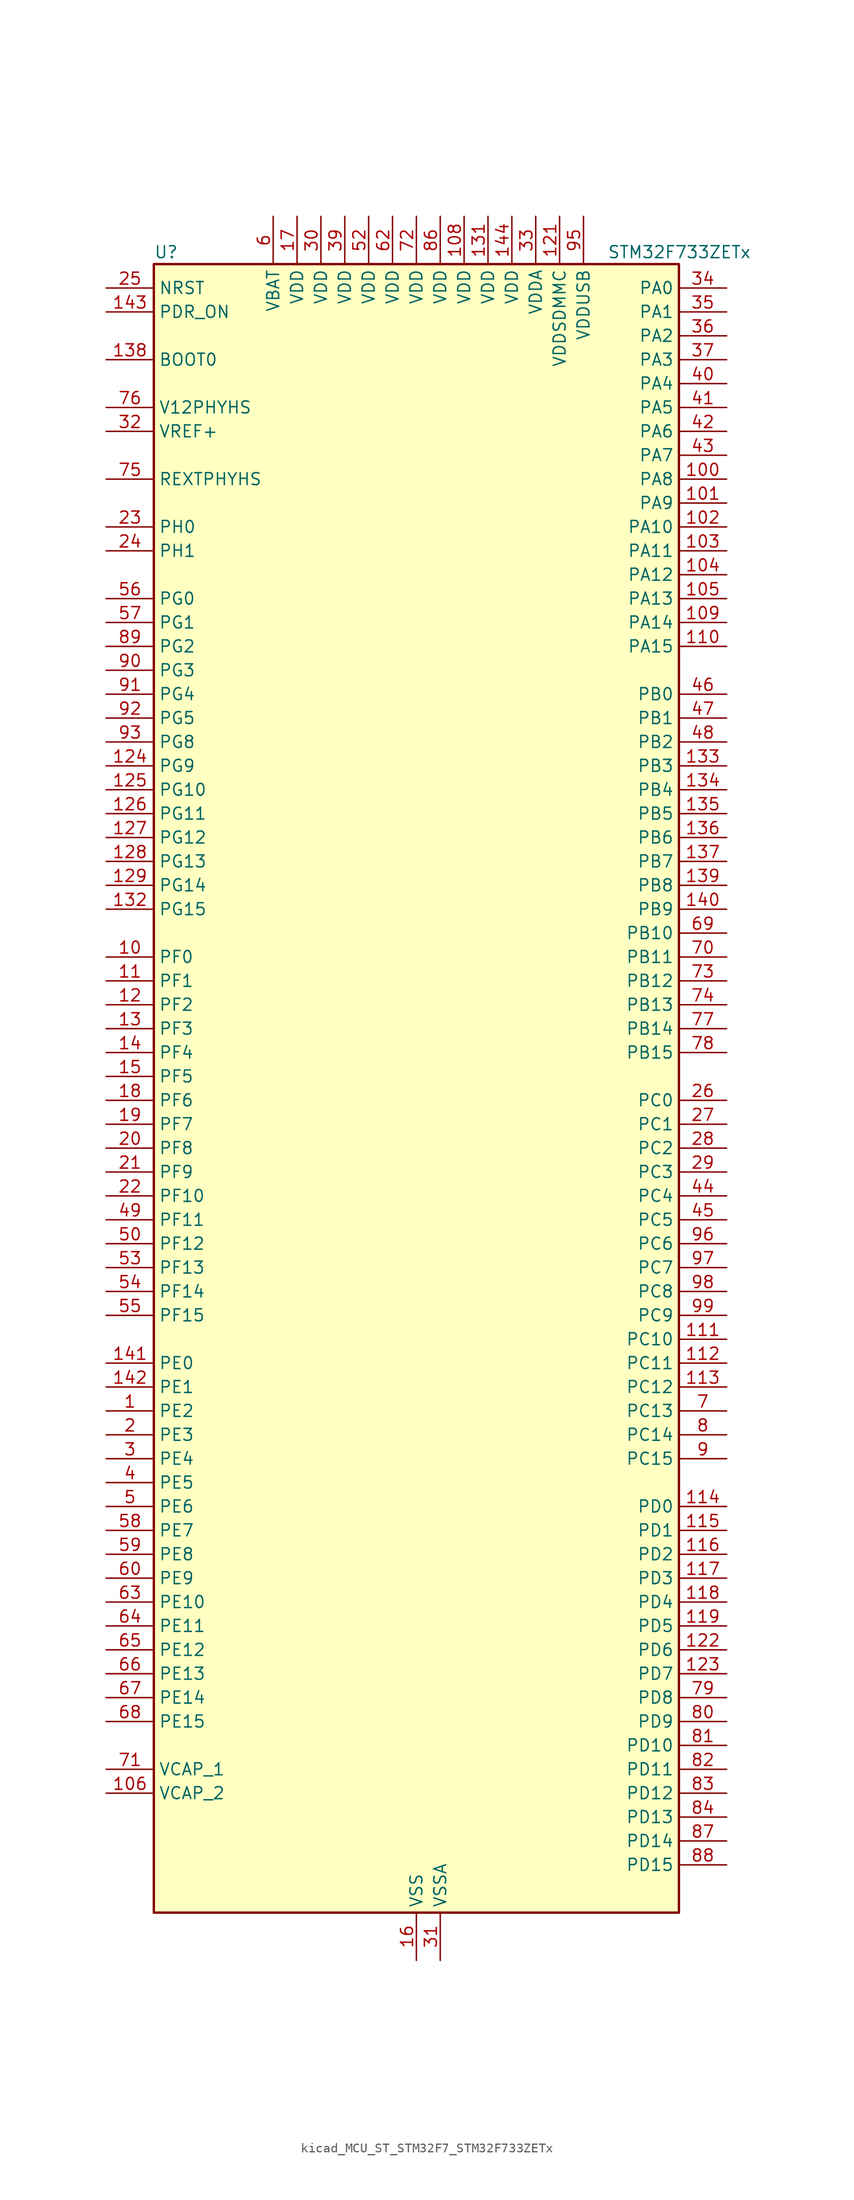
<source format=kicad_sym>
(kicad_symbol_lib
  (version 20220914)
  (generator kicad_symbol_editor)
  (symbol "kicad_MCU_ST_STM32F7_STM32F733ZETx"
    (property "Reference" "U"
      (at -27.94 90.17 0)
      (effects (font (size 1.27 1.27)) (justify left)))
    (property "Value" "STM32F733ZETx"
      (at 20.32 90.17 0)
      (effects (font (size 1.27 1.27)) (justify left)))
    (property "ki_locked" ""
      (at 0 0 0)
      (effects (font (size 1.27 1.27))))
    (symbol "kicad_MCU_ST_STM32F7_STM32F733ZETx_0_1"
      (rectangle (start -27.94 -86.36) (end 27.94 88.9) (stroke (width 0.254) (type default)) (fill (type background))))
    (symbol "kicad_MCU_ST_STM32F7_STM32F733ZETx_1_1"
      (pin bidirectional line (at -33.02 -33.02 0) (length 5.08) (name "PE2" (effects (font (size 1.27 1.27)))) (number "1" (effects (font (size 1.27 1.27)))) (alternate "FMC_A23" bidirectional line) (alternate "QUADSPI_BK1_IO2" bidirectional line) (alternate "SAI1_MCLK_A" bidirectional line) (alternate "SPI4_SCK" bidirectional line) (alternate "SYS_TRACECLK" bidirectional line))
      (pin bidirectional line (at -33.02 15.24 0) (length 5.08) (name "PF0" (effects (font (size 1.27 1.27)))) (number "10" (effects (font (size 1.27 1.27)))) (alternate "FMC_A0" bidirectional line) (alternate "I2C2_SDA" bidirectional line))
      (pin bidirectional line (at 33.02 66.04 180) (length 5.08) (name "PA8" (effects (font (size 1.27 1.27)))) (number "100" (effects (font (size 1.27 1.27)))) (alternate "I2C3_SCL" bidirectional line) (alternate "RCC_MCO_1" bidirectional line) (alternate "TIM1_CH1" bidirectional line) (alternate "TIM8_BKIN2" bidirectional line) (alternate "USART1_CK" bidirectional line) (alternate "USB_OTG_FS_SOF" bidirectional line))
      (pin bidirectional line (at 33.02 63.5 180) (length 5.08) (name "PA9" (effects (font (size 1.27 1.27)))) (number "101" (effects (font (size 1.27 1.27)))) (alternate "DAC_EXTI9" bidirectional line) (alternate "I2C3_SMBA" bidirectional line) (alternate "I2S2_CK" bidirectional line) (alternate "SPI2_SCK" bidirectional line) (alternate "TIM1_CH2" bidirectional line) (alternate "USART1_TX" bidirectional line) (alternate "USB_OTG_FS_VBUS" bidirectional line))
      (pin bidirectional line (at 33.02 60.96 180) (length 5.08) (name "PA10" (effects (font (size 1.27 1.27)))) (number "102" (effects (font (size 1.27 1.27)))) (alternate "TIM1_CH3" bidirectional line) (alternate "USART1_RX" bidirectional line) (alternate "USB_OTG_FS_ID" bidirectional line))
      (pin bidirectional line (at 33.02 58.42 180) (length 5.08) (name "PA11" (effects (font (size 1.27 1.27)))) (number "103" (effects (font (size 1.27 1.27)))) (alternate "ADC1_EXTI11" bidirectional line) (alternate "ADC2_EXTI11" bidirectional line) (alternate "ADC3_EXTI11" bidirectional line) (alternate "CAN1_RX" bidirectional line) (alternate "TIM1_CH4" bidirectional line) (alternate "USART1_CTS" bidirectional line) (alternate "USB_OTG_FS_DM" bidirectional line))
      (pin bidirectional line (at 33.02 55.88 180) (length 5.08) (name "PA12" (effects (font (size 1.27 1.27)))) (number "104" (effects (font (size 1.27 1.27)))) (alternate "CAN1_TX" bidirectional line) (alternate "SAI2_FS_B" bidirectional line) (alternate "TIM1_ETR" bidirectional line) (alternate "USART1_DE" bidirectional line) (alternate "USART1_RTS" bidirectional line) (alternate "USB_OTG_FS_DP" bidirectional line))
      (pin bidirectional line (at 33.02 53.34 180) (length 5.08) (name "PA13" (effects (font (size 1.27 1.27)))) (number "105" (effects (font (size 1.27 1.27)))) (alternate "SYS_JTMS-SWDIO" bidirectional line))
      (pin power_out line (at -33.02 -73.66 0) (length 5.08) (name "VCAP_2" (effects (font (size 1.27 1.27)))) (number "106" (effects (font (size 1.27 1.27)))))
      (pin passive line (at 0 -91.44 90) (length 5.08) hide (name "VSS" (effects (font (size 1.27 1.27)))) (number "107" (effects (font (size 1.27 1.27)))))
      (pin power_in line (at 5.08 93.98 270) (length 5.08) (name "VDD" (effects (font (size 1.27 1.27)))) (number "108" (effects (font (size 1.27 1.27)))))
      (pin bidirectional line (at 33.02 50.8 180) (length 5.08) (name "PA14" (effects (font (size 1.27 1.27)))) (number "109" (effects (font (size 1.27 1.27)))) (alternate "SYS_JTCK-SWCLK" bidirectional line))
      (pin bidirectional line (at -33.02 12.7 0) (length 5.08) (name "PF1" (effects (font (size 1.27 1.27)))) (number "11" (effects (font (size 1.27 1.27)))) (alternate "FMC_A1" bidirectional line) (alternate "I2C2_SCL" bidirectional line))
      (pin bidirectional line (at 33.02 48.26 180) (length 5.08) (name "PA15" (effects (font (size 1.27 1.27)))) (number "110" (effects (font (size 1.27 1.27)))) (alternate "I2S1_WS" bidirectional line) (alternate "I2S3_WS" bidirectional line) (alternate "SPI1_NSS" bidirectional line) (alternate "SPI3_NSS" bidirectional line) (alternate "SYS_JTDI" bidirectional line) (alternate "TIM2_CH1" bidirectional line) (alternate "TIM2_ETR" bidirectional line) (alternate "UART4_DE" bidirectional line) (alternate "UART4_RTS" bidirectional line))
      (pin bidirectional line (at 33.02 -25.4 180) (length 5.08) (name "PC10" (effects (font (size 1.27 1.27)))) (number "111" (effects (font (size 1.27 1.27)))) (alternate "I2S3_CK" bidirectional line) (alternate "QUADSPI_BK1_IO1" bidirectional line) (alternate "SDMMC1_D2" bidirectional line) (alternate "SPI3_SCK" bidirectional line) (alternate "UART4_TX" bidirectional line) (alternate "USART3_TX" bidirectional line))
      (pin bidirectional line (at 33.02 -27.94 180) (length 5.08) (name "PC11" (effects (font (size 1.27 1.27)))) (number "112" (effects (font (size 1.27 1.27)))) (alternate "ADC1_EXTI11" bidirectional line) (alternate "ADC2_EXTI11" bidirectional line) (alternate "ADC3_EXTI11" bidirectional line) (alternate "QUADSPI_BK2_NCS" bidirectional line) (alternate "SDMMC1_D3" bidirectional line) (alternate "SPI3_MISO" bidirectional line) (alternate "UART4_RX" bidirectional line) (alternate "USART3_RX" bidirectional line))
      (pin bidirectional line (at 33.02 -30.48 180) (length 5.08) (name "PC12" (effects (font (size 1.27 1.27)))) (number "113" (effects (font (size 1.27 1.27)))) (alternate "I2S3_SD" bidirectional line) (alternate "SDMMC1_CK" bidirectional line) (alternate "SPI3_MOSI" bidirectional line) (alternate "SYS_TRACED3" bidirectional line) (alternate "UART5_TX" bidirectional line) (alternate "USART3_CK" bidirectional line))
      (pin bidirectional line (at 33.02 -43.18 180) (length 5.08) (name "PD0" (effects (font (size 1.27 1.27)))) (number "114" (effects (font (size 1.27 1.27)))) (alternate "CAN1_RX" bidirectional line) (alternate "FMC_D2" bidirectional line) (alternate "FMC_DA2" bidirectional line))
      (pin bidirectional line (at 33.02 -45.72 180) (length 5.08) (name "PD1" (effects (font (size 1.27 1.27)))) (number "115" (effects (font (size 1.27 1.27)))) (alternate "CAN1_TX" bidirectional line) (alternate "FMC_D3" bidirectional line) (alternate "FMC_DA3" bidirectional line))
      (pin bidirectional line (at 33.02 -48.26 180) (length 5.08) (name "PD2" (effects (font (size 1.27 1.27)))) (number "116" (effects (font (size 1.27 1.27)))) (alternate "SDMMC1_CMD" bidirectional line) (alternate "SYS_TRACED2" bidirectional line) (alternate "TIM3_ETR" bidirectional line) (alternate "UART5_RX" bidirectional line))
      (pin bidirectional line (at 33.02 -50.8 180) (length 5.08) (name "PD3" (effects (font (size 1.27 1.27)))) (number "117" (effects (font (size 1.27 1.27)))) (alternate "FMC_CLK" bidirectional line) (alternate "I2S2_CK" bidirectional line) (alternate "SPI2_SCK" bidirectional line) (alternate "USART2_CTS" bidirectional line))
      (pin bidirectional line (at 33.02 -53.34 180) (length 5.08) (name "PD4" (effects (font (size 1.27 1.27)))) (number "118" (effects (font (size 1.27 1.27)))) (alternate "FMC_NOE" bidirectional line) (alternate "USART2_DE" bidirectional line) (alternate "USART2_RTS" bidirectional line))
      (pin bidirectional line (at 33.02 -55.88 180) (length 5.08) (name "PD5" (effects (font (size 1.27 1.27)))) (number "119" (effects (font (size 1.27 1.27)))) (alternate "FMC_NWE" bidirectional line) (alternate "USART2_TX" bidirectional line))
      (pin bidirectional line (at -33.02 10.16 0) (length 5.08) (name "PF2" (effects (font (size 1.27 1.27)))) (number "12" (effects (font (size 1.27 1.27)))) (alternate "FMC_A2" bidirectional line) (alternate "I2C2_SMBA" bidirectional line))
      (pin passive line (at 0 -91.44 90) (length 5.08) hide (name "VSS" (effects (font (size 1.27 1.27)))) (number "120" (effects (font (size 1.27 1.27)))))
      (pin power_in line (at 15.24 93.98 270) (length 5.08) (name "VDDSDMMC" (effects (font (size 1.27 1.27)))) (number "121" (effects (font (size 1.27 1.27)))))
      (pin bidirectional line (at 33.02 -58.42 180) (length 5.08) (name "PD6" (effects (font (size 1.27 1.27)))) (number "122" (effects (font (size 1.27 1.27)))) (alternate "FMC_NWAIT" bidirectional line) (alternate "I2S3_SD" bidirectional line) (alternate "SAI1_SD_A" bidirectional line) (alternate "SDMMC2_CK" bidirectional line) (alternate "SPI3_MOSI" bidirectional line) (alternate "USART2_RX" bidirectional line))
      (pin bidirectional line (at 33.02 -60.96 180) (length 5.08) (name "PD7" (effects (font (size 1.27 1.27)))) (number "123" (effects (font (size 1.27 1.27)))) (alternate "FMC_NE1" bidirectional line) (alternate "SDMMC2_CMD" bidirectional line) (alternate "USART2_CK" bidirectional line))
      (pin bidirectional line (at -33.02 35.56 0) (length 5.08) (name "PG9" (effects (font (size 1.27 1.27)))) (number "124" (effects (font (size 1.27 1.27)))) (alternate "DAC_EXTI9" bidirectional line) (alternate "FMC_NCE" bidirectional line) (alternate "FMC_NE2" bidirectional line) (alternate "QUADSPI_BK2_IO2" bidirectional line) (alternate "SAI2_FS_B" bidirectional line) (alternate "SDMMC2_D0" bidirectional line) (alternate "USART6_RX" bidirectional line))
      (pin bidirectional line (at -33.02 33.02 0) (length 5.08) (name "PG10" (effects (font (size 1.27 1.27)))) (number "125" (effects (font (size 1.27 1.27)))) (alternate "FMC_NE3" bidirectional line) (alternate "SAI2_SD_B" bidirectional line) (alternate "SDMMC2_D1" bidirectional line))
      (pin bidirectional line (at -33.02 30.48 0) (length 5.08) (name "PG11" (effects (font (size 1.27 1.27)))) (number "126" (effects (font (size 1.27 1.27)))) (alternate "ADC1_EXTI11" bidirectional line) (alternate "ADC2_EXTI11" bidirectional line) (alternate "ADC3_EXTI11" bidirectional line) (alternate "FMC_INT" bidirectional line) (alternate "SDMMC2_D2" bidirectional line))
      (pin bidirectional line (at -33.02 27.94 0) (length 5.08) (name "PG12" (effects (font (size 1.27 1.27)))) (number "127" (effects (font (size 1.27 1.27)))) (alternate "FMC_NE4" bidirectional line) (alternate "LPTIM1_IN1" bidirectional line) (alternate "SDMMC2_D3" bidirectional line) (alternate "USART6_DE" bidirectional line) (alternate "USART6_RTS" bidirectional line))
      (pin bidirectional line (at -33.02 25.4 0) (length 5.08) (name "PG13" (effects (font (size 1.27 1.27)))) (number "128" (effects (font (size 1.27 1.27)))) (alternate "FMC_A24" bidirectional line) (alternate "LPTIM1_OUT" bidirectional line) (alternate "SYS_TRACED0" bidirectional line) (alternate "USART6_CTS" bidirectional line))
      (pin bidirectional line (at -33.02 22.86 0) (length 5.08) (name "PG14" (effects (font (size 1.27 1.27)))) (number "129" (effects (font (size 1.27 1.27)))) (alternate "FMC_A25" bidirectional line) (alternate "LPTIM1_ETR" bidirectional line) (alternate "QUADSPI_BK2_IO3" bidirectional line) (alternate "SYS_TRACED1" bidirectional line) (alternate "USART6_TX" bidirectional line))
      (pin bidirectional line (at -33.02 7.62 0) (length 5.08) (name "PF3" (effects (font (size 1.27 1.27)))) (number "13" (effects (font (size 1.27 1.27)))) (alternate "ADC3_IN9" bidirectional line) (alternate "FMC_A3" bidirectional line))
      (pin passive line (at 0 -91.44 90) (length 5.08) hide (name "VSS" (effects (font (size 1.27 1.27)))) (number "130" (effects (font (size 1.27 1.27)))))
      (pin power_in line (at 7.62 93.98 270) (length 5.08) (name "VDD" (effects (font (size 1.27 1.27)))) (number "131" (effects (font (size 1.27 1.27)))))
      (pin bidirectional line (at -33.02 20.32 0) (length 5.08) (name "PG15" (effects (font (size 1.27 1.27)))) (number "132" (effects (font (size 1.27 1.27)))) (alternate "FMC_SDNCAS" bidirectional line) (alternate "USART6_CTS" bidirectional line))
      (pin bidirectional line (at 33.02 35.56 180) (length 5.08) (name "PB3" (effects (font (size 1.27 1.27)))) (number "133" (effects (font (size 1.27 1.27)))) (alternate "I2S1_CK" bidirectional line) (alternate "I2S3_CK" bidirectional line) (alternate "SDMMC2_D2" bidirectional line) (alternate "SPI1_SCK" bidirectional line) (alternate "SPI3_SCK" bidirectional line) (alternate "SYS_JTDO-SWO" bidirectional line) (alternate "TIM2_CH2" bidirectional line))
      (pin bidirectional line (at 33.02 33.02 180) (length 5.08) (name "PB4" (effects (font (size 1.27 1.27)))) (number "134" (effects (font (size 1.27 1.27)))) (alternate "I2S2_WS" bidirectional line) (alternate "SDMMC2_D3" bidirectional line) (alternate "SPI1_MISO" bidirectional line) (alternate "SPI2_NSS" bidirectional line) (alternate "SPI3_MISO" bidirectional line) (alternate "SYS_JTRST" bidirectional line) (alternate "TIM3_CH1" bidirectional line))
      (pin bidirectional line (at 33.02 30.48 180) (length 5.08) (name "PB5" (effects (font (size 1.27 1.27)))) (number "135" (effects (font (size 1.27 1.27)))) (alternate "FMC_SDCKE1" bidirectional line) (alternate "I2C1_SMBA" bidirectional line) (alternate "I2S1_SD" bidirectional line) (alternate "I2S3_SD" bidirectional line) (alternate "SPI1_MOSI" bidirectional line) (alternate "SPI3_MOSI" bidirectional line) (alternate "TIM3_CH2" bidirectional line))
      (pin bidirectional line (at 33.02 27.94 180) (length 5.08) (name "PB6" (effects (font (size 1.27 1.27)))) (number "136" (effects (font (size 1.27 1.27)))) (alternate "FMC_SDNE1" bidirectional line) (alternate "I2C1_SCL" bidirectional line) (alternate "QUADSPI_BK1_NCS" bidirectional line) (alternate "TIM4_CH1" bidirectional line) (alternate "USART1_TX" bidirectional line))
      (pin bidirectional line (at 33.02 25.4 180) (length 5.08) (name "PB7" (effects (font (size 1.27 1.27)))) (number "137" (effects (font (size 1.27 1.27)))) (alternate "FMC_NL" bidirectional line) (alternate "I2C1_SDA" bidirectional line) (alternate "TIM4_CH2" bidirectional line) (alternate "USART1_RX" bidirectional line))
      (pin input line (at -33.02 78.74 0) (length 5.08) (name "BOOT0" (effects (font (size 1.27 1.27)))) (number "138" (effects (font (size 1.27 1.27)))))
      (pin bidirectional line (at 33.02 22.86 180) (length 5.08) (name "PB8" (effects (font (size 1.27 1.27)))) (number "139" (effects (font (size 1.27 1.27)))) (alternate "CAN1_RX" bidirectional line) (alternate "I2C1_SCL" bidirectional line) (alternate "SDMMC1_D4" bidirectional line) (alternate "SDMMC2_D4" bidirectional line) (alternate "TIM10_CH1" bidirectional line) (alternate "TIM4_CH3" bidirectional line))
      (pin bidirectional line (at -33.02 5.08 0) (length 5.08) (name "PF4" (effects (font (size 1.27 1.27)))) (number "14" (effects (font (size 1.27 1.27)))) (alternate "ADC3_IN14" bidirectional line) (alternate "FMC_A4" bidirectional line))
      (pin bidirectional line (at 33.02 20.32 180) (length 5.08) (name "PB9" (effects (font (size 1.27 1.27)))) (number "140" (effects (font (size 1.27 1.27)))) (alternate "CAN1_TX" bidirectional line) (alternate "DAC_EXTI9" bidirectional line) (alternate "I2C1_SDA" bidirectional line) (alternate "I2S2_WS" bidirectional line) (alternate "SDMMC1_D5" bidirectional line) (alternate "SDMMC2_D5" bidirectional line) (alternate "SPI2_NSS" bidirectional line) (alternate "TIM11_CH1" bidirectional line) (alternate "TIM4_CH4" bidirectional line))
      (pin bidirectional line (at -33.02 -27.94 0) (length 5.08) (name "PE0" (effects (font (size 1.27 1.27)))) (number "141" (effects (font (size 1.27 1.27)))) (alternate "FMC_NBL0" bidirectional line) (alternate "LPTIM1_ETR" bidirectional line) (alternate "SAI2_MCLK_A" bidirectional line) (alternate "TIM4_ETR" bidirectional line) (alternate "UART8_RX" bidirectional line))
      (pin bidirectional line (at -33.02 -30.48 0) (length 5.08) (name "PE1" (effects (font (size 1.27 1.27)))) (number "142" (effects (font (size 1.27 1.27)))) (alternate "FMC_NBL1" bidirectional line) (alternate "LPTIM1_IN2" bidirectional line) (alternate "UART8_TX" bidirectional line))
      (pin input line (at -33.02 83.82 0) (length 5.08) (name "PDR_ON" (effects (font (size 1.27 1.27)))) (number "143" (effects (font (size 1.27 1.27)))))
      (pin power_in line (at 10.16 93.98 270) (length 5.08) (name "VDD" (effects (font (size 1.27 1.27)))) (number "144" (effects (font (size 1.27 1.27)))))
      (pin bidirectional line (at -33.02 2.54 0) (length 5.08) (name "PF5" (effects (font (size 1.27 1.27)))) (number "15" (effects (font (size 1.27 1.27)))) (alternate "ADC3_IN15" bidirectional line) (alternate "FMC_A5" bidirectional line))
      (pin power_in line (at 0 -91.44 90) (length 5.08) (name "VSS" (effects (font (size 1.27 1.27)))) (number "16" (effects (font (size 1.27 1.27)))))
      (pin power_in line (at -12.7 93.98 270) (length 5.08) (name "VDD" (effects (font (size 1.27 1.27)))) (number "17" (effects (font (size 1.27 1.27)))))
      (pin bidirectional line (at -33.02 0 0) (length 5.08) (name "PF6" (effects (font (size 1.27 1.27)))) (number "18" (effects (font (size 1.27 1.27)))) (alternate "ADC3_IN4" bidirectional line) (alternate "QUADSPI_BK1_IO3" bidirectional line) (alternate "SAI1_SD_B" bidirectional line) (alternate "SPI5_NSS" bidirectional line) (alternate "TIM10_CH1" bidirectional line) (alternate "UART7_RX" bidirectional line))
      (pin bidirectional line (at -33.02 -2.54 0) (length 5.08) (name "PF7" (effects (font (size 1.27 1.27)))) (number "19" (effects (font (size 1.27 1.27)))) (alternate "ADC3_IN5" bidirectional line) (alternate "QUADSPI_BK1_IO2" bidirectional line) (alternate "SAI1_MCLK_B" bidirectional line) (alternate "SPI5_SCK" bidirectional line) (alternate "TIM11_CH1" bidirectional line) (alternate "UART7_TX" bidirectional line))
      (pin bidirectional line (at -33.02 -35.56 0) (length 5.08) (name "PE3" (effects (font (size 1.27 1.27)))) (number "2" (effects (font (size 1.27 1.27)))) (alternate "FMC_A19" bidirectional line) (alternate "SAI1_SD_B" bidirectional line) (alternate "SYS_TRACED0" bidirectional line))
      (pin bidirectional line (at -33.02 -5.08 0) (length 5.08) (name "PF8" (effects (font (size 1.27 1.27)))) (number "20" (effects (font (size 1.27 1.27)))) (alternate "ADC3_IN6" bidirectional line) (alternate "QUADSPI_BK1_IO0" bidirectional line) (alternate "SAI1_SCK_B" bidirectional line) (alternate "SPI5_MISO" bidirectional line) (alternate "TIM13_CH1" bidirectional line) (alternate "UART7_DE" bidirectional line) (alternate "UART7_RTS" bidirectional line))
      (pin bidirectional line (at -33.02 -7.62 0) (length 5.08) (name "PF9" (effects (font (size 1.27 1.27)))) (number "21" (effects (font (size 1.27 1.27)))) (alternate "ADC3_IN7" bidirectional line) (alternate "DAC_EXTI9" bidirectional line) (alternate "QUADSPI_BK1_IO1" bidirectional line) (alternate "SAI1_FS_B" bidirectional line) (alternate "SPI5_MOSI" bidirectional line) (alternate "TIM14_CH1" bidirectional line) (alternate "UART7_CTS" bidirectional line))
      (pin bidirectional line (at -33.02 -10.16 0) (length 5.08) (name "PF10" (effects (font (size 1.27 1.27)))) (number "22" (effects (font (size 1.27 1.27)))) (alternate "ADC3_IN8" bidirectional line))
      (pin bidirectional line (at -33.02 60.96 0) (length 5.08) (name "PH0" (effects (font (size 1.27 1.27)))) (number "23" (effects (font (size 1.27 1.27)))) (alternate "RCC_OSC_IN" bidirectional line))
      (pin bidirectional line (at -33.02 58.42 0) (length 5.08) (name "PH1" (effects (font (size 1.27 1.27)))) (number "24" (effects (font (size 1.27 1.27)))) (alternate "RCC_OSC_OUT" bidirectional line))
      (pin input line (at -33.02 86.36 0) (length 5.08) (name "NRST" (effects (font (size 1.27 1.27)))) (number "25" (effects (font (size 1.27 1.27)))))
      (pin bidirectional line (at 33.02 0 180) (length 5.08) (name "PC0" (effects (font (size 1.27 1.27)))) (number "26" (effects (font (size 1.27 1.27)))) (alternate "ADC1_IN10" bidirectional line) (alternate "ADC2_IN10" bidirectional line) (alternate "ADC3_IN10" bidirectional line) (alternate "FMC_SDNWE" bidirectional line) (alternate "SAI2_FS_B" bidirectional line))
      (pin bidirectional line (at 33.02 -2.54 180) (length 5.08) (name "PC1" (effects (font (size 1.27 1.27)))) (number "27" (effects (font (size 1.27 1.27)))) (alternate "ADC1_IN11" bidirectional line) (alternate "ADC2_IN11" bidirectional line) (alternate "ADC3_IN11" bidirectional line) (alternate "I2S2_SD" bidirectional line) (alternate "RTC_TAMP3" bidirectional line) (alternate "RTC_TS" bidirectional line) (alternate "SAI1_SD_A" bidirectional line) (alternate "SPI2_MOSI" bidirectional line) (alternate "SYS_TRACED0" bidirectional line) (alternate "SYS_WKUP3" bidirectional line))
      (pin bidirectional line (at 33.02 -5.08 180) (length 5.08) (name "PC2" (effects (font (size 1.27 1.27)))) (number "28" (effects (font (size 1.27 1.27)))) (alternate "ADC1_IN12" bidirectional line) (alternate "ADC2_IN12" bidirectional line) (alternate "ADC3_IN12" bidirectional line) (alternate "FMC_SDNE0" bidirectional line) (alternate "SPI2_MISO" bidirectional line))
      (pin bidirectional line (at 33.02 -7.62 180) (length 5.08) (name "PC3" (effects (font (size 1.27 1.27)))) (number "29" (effects (font (size 1.27 1.27)))) (alternate "ADC1_IN13" bidirectional line) (alternate "ADC2_IN13" bidirectional line) (alternate "ADC3_IN13" bidirectional line) (alternate "FMC_SDCKE0" bidirectional line) (alternate "I2S2_SD" bidirectional line) (alternate "SPI2_MOSI" bidirectional line))
      (pin bidirectional line (at -33.02 -38.1 0) (length 5.08) (name "PE4" (effects (font (size 1.27 1.27)))) (number "3" (effects (font (size 1.27 1.27)))) (alternate "FMC_A20" bidirectional line) (alternate "SAI1_FS_A" bidirectional line) (alternate "SPI4_NSS" bidirectional line) (alternate "SYS_TRACED1" bidirectional line))
      (pin power_in line (at -10.16 93.98 270) (length 5.08) (name "VDD" (effects (font (size 1.27 1.27)))) (number "30" (effects (font (size 1.27 1.27)))))
      (pin power_in line (at 2.54 -91.44 90) (length 5.08) (name "VSSA" (effects (font (size 1.27 1.27)))) (number "31" (effects (font (size 1.27 1.27)))))
      (pin input line (at -33.02 71.12 0) (length 5.08) (name "VREF+" (effects (font (size 1.27 1.27)))) (number "32" (effects (font (size 1.27 1.27)))))
      (pin power_in line (at 12.7 93.98 270) (length 5.08) (name "VDDA" (effects (font (size 1.27 1.27)))) (number "33" (effects (font (size 1.27 1.27)))))
      (pin bidirectional line (at 33.02 86.36 180) (length 5.08) (name "PA0" (effects (font (size 1.27 1.27)))) (number "34" (effects (font (size 1.27 1.27)))) (alternate "ADC1_IN0" bidirectional line) (alternate "ADC2_IN0" bidirectional line) (alternate "ADC3_IN0" bidirectional line) (alternate "SAI2_SD_B" bidirectional line) (alternate "SYS_WKUP1" bidirectional line) (alternate "TIM2_CH1" bidirectional line) (alternate "TIM2_ETR" bidirectional line) (alternate "TIM5_CH1" bidirectional line) (alternate "TIM8_ETR" bidirectional line) (alternate "UART4_TX" bidirectional line) (alternate "USART2_CTS" bidirectional line))
      (pin bidirectional line (at 33.02 83.82 180) (length 5.08) (name "PA1" (effects (font (size 1.27 1.27)))) (number "35" (effects (font (size 1.27 1.27)))) (alternate "ADC1_IN1" bidirectional line) (alternate "ADC2_IN1" bidirectional line) (alternate "ADC3_IN1" bidirectional line) (alternate "QUADSPI_BK1_IO3" bidirectional line) (alternate "SAI2_MCLK_B" bidirectional line) (alternate "TIM2_CH2" bidirectional line) (alternate "TIM5_CH2" bidirectional line) (alternate "UART4_RX" bidirectional line) (alternate "USART2_DE" bidirectional line) (alternate "USART2_RTS" bidirectional line))
      (pin bidirectional line (at 33.02 81.28 180) (length 5.08) (name "PA2" (effects (font (size 1.27 1.27)))) (number "36" (effects (font (size 1.27 1.27)))) (alternate "ADC1_IN2" bidirectional line) (alternate "ADC2_IN2" bidirectional line) (alternate "ADC3_IN2" bidirectional line) (alternate "SAI2_SCK_B" bidirectional line) (alternate "SYS_WKUP2" bidirectional line) (alternate "TIM2_CH3" bidirectional line) (alternate "TIM5_CH3" bidirectional line) (alternate "TIM9_CH1" bidirectional line) (alternate "USART2_TX" bidirectional line))
      (pin bidirectional line (at 33.02 78.74 180) (length 5.08) (name "PA3" (effects (font (size 1.27 1.27)))) (number "37" (effects (font (size 1.27 1.27)))) (alternate "ADC1_IN3" bidirectional line) (alternate "ADC2_IN3" bidirectional line) (alternate "ADC3_IN3" bidirectional line) (alternate "TIM2_CH4" bidirectional line) (alternate "TIM5_CH4" bidirectional line) (alternate "TIM9_CH2" bidirectional line) (alternate "USART2_RX" bidirectional line))
      (pin passive line (at 0 -91.44 90) (length 5.08) hide (name "VSS" (effects (font (size 1.27 1.27)))) (number "38" (effects (font (size 1.27 1.27)))))
      (pin power_in line (at -7.62 93.98 270) (length 5.08) (name "VDD" (effects (font (size 1.27 1.27)))) (number "39" (effects (font (size 1.27 1.27)))))
      (pin bidirectional line (at -33.02 -40.64 0) (length 5.08) (name "PE5" (effects (font (size 1.27 1.27)))) (number "4" (effects (font (size 1.27 1.27)))) (alternate "FMC_A21" bidirectional line) (alternate "SAI1_SCK_A" bidirectional line) (alternate "SPI4_MISO" bidirectional line) (alternate "SYS_TRACED2" bidirectional line) (alternate "TIM9_CH1" bidirectional line))
      (pin bidirectional line (at 33.02 76.2 180) (length 5.08) (name "PA4" (effects (font (size 1.27 1.27)))) (number "40" (effects (font (size 1.27 1.27)))) (alternate "ADC1_IN4" bidirectional line) (alternate "ADC2_IN4" bidirectional line) (alternate "DAC_OUT1" bidirectional line) (alternate "I2S1_WS" bidirectional line) (alternate "I2S3_WS" bidirectional line) (alternate "SPI1_NSS" bidirectional line) (alternate "SPI3_NSS" bidirectional line) (alternate "USART2_CK" bidirectional line) (alternate "USB_OTG_HS_SOF" bidirectional line))
      (pin bidirectional line (at 33.02 73.66 180) (length 5.08) (name "PA5" (effects (font (size 1.27 1.27)))) (number "41" (effects (font (size 1.27 1.27)))) (alternate "ADC1_IN5" bidirectional line) (alternate "ADC2_IN5" bidirectional line) (alternate "DAC_OUT2" bidirectional line) (alternate "I2S1_CK" bidirectional line) (alternate "SPI1_SCK" bidirectional line) (alternate "TIM2_CH1" bidirectional line) (alternate "TIM2_ETR" bidirectional line) (alternate "TIM8_CH1N" bidirectional line))
      (pin bidirectional line (at 33.02 71.12 180) (length 5.08) (name "PA6" (effects (font (size 1.27 1.27)))) (number "42" (effects (font (size 1.27 1.27)))) (alternate "ADC1_IN6" bidirectional line) (alternate "ADC2_IN6" bidirectional line) (alternate "SPI1_MISO" bidirectional line) (alternate "TIM13_CH1" bidirectional line) (alternate "TIM1_BKIN" bidirectional line) (alternate "TIM3_CH1" bidirectional line) (alternate "TIM8_BKIN" bidirectional line))
      (pin bidirectional line (at 33.02 68.58 180) (length 5.08) (name "PA7" (effects (font (size 1.27 1.27)))) (number "43" (effects (font (size 1.27 1.27)))) (alternate "ADC1_IN7" bidirectional line) (alternate "ADC2_IN7" bidirectional line) (alternate "FMC_SDNWE" bidirectional line) (alternate "I2S1_SD" bidirectional line) (alternate "SPI1_MOSI" bidirectional line) (alternate "TIM14_CH1" bidirectional line) (alternate "TIM1_CH1N" bidirectional line) (alternate "TIM3_CH2" bidirectional line) (alternate "TIM8_CH1N" bidirectional line))
      (pin bidirectional line (at 33.02 -10.16 180) (length 5.08) (name "PC4" (effects (font (size 1.27 1.27)))) (number "44" (effects (font (size 1.27 1.27)))) (alternate "ADC1_IN14" bidirectional line) (alternate "ADC2_IN14" bidirectional line) (alternate "FMC_SDNE0" bidirectional line) (alternate "I2S1_MCK" bidirectional line))
      (pin bidirectional line (at 33.02 -12.7 180) (length 5.08) (name "PC5" (effects (font (size 1.27 1.27)))) (number "45" (effects (font (size 1.27 1.27)))) (alternate "ADC1_IN15" bidirectional line) (alternate "ADC2_IN15" bidirectional line) (alternate "FMC_SDCKE0" bidirectional line))
      (pin bidirectional line (at 33.02 43.18 180) (length 5.08) (name "PB0" (effects (font (size 1.27 1.27)))) (number "46" (effects (font (size 1.27 1.27)))) (alternate "ADC1_IN8" bidirectional line) (alternate "ADC2_IN8" bidirectional line) (alternate "TIM1_CH2N" bidirectional line) (alternate "TIM3_CH3" bidirectional line) (alternate "TIM8_CH2N" bidirectional line) (alternate "UART4_CTS" bidirectional line))
      (pin bidirectional line (at 33.02 40.64 180) (length 5.08) (name "PB1" (effects (font (size 1.27 1.27)))) (number "47" (effects (font (size 1.27 1.27)))) (alternate "ADC1_IN9" bidirectional line) (alternate "ADC2_IN9" bidirectional line) (alternate "TIM1_CH3N" bidirectional line) (alternate "TIM3_CH4" bidirectional line) (alternate "TIM8_CH3N" bidirectional line))
      (pin bidirectional line (at 33.02 38.1 180) (length 5.08) (name "PB2" (effects (font (size 1.27 1.27)))) (number "48" (effects (font (size 1.27 1.27)))) (alternate "I2S3_SD" bidirectional line) (alternate "QUADSPI_CLK" bidirectional line) (alternate "SAI1_SD_A" bidirectional line) (alternate "SPI3_MOSI" bidirectional line))
      (pin bidirectional line (at -33.02 -12.7 0) (length 5.08) (name "PF11" (effects (font (size 1.27 1.27)))) (number "49" (effects (font (size 1.27 1.27)))) (alternate "ADC1_EXTI11" bidirectional line) (alternate "ADC2_EXTI11" bidirectional line) (alternate "ADC3_EXTI11" bidirectional line) (alternate "FMC_SDNRAS" bidirectional line) (alternate "SAI2_SD_B" bidirectional line) (alternate "SPI5_MOSI" bidirectional line))
      (pin bidirectional line (at -33.02 -43.18 0) (length 5.08) (name "PE6" (effects (font (size 1.27 1.27)))) (number "5" (effects (font (size 1.27 1.27)))) (alternate "FMC_A22" bidirectional line) (alternate "SAI1_SD_A" bidirectional line) (alternate "SAI2_MCLK_B" bidirectional line) (alternate "SPI4_MOSI" bidirectional line) (alternate "SYS_TRACED3" bidirectional line) (alternate "TIM1_BKIN2" bidirectional line) (alternate "TIM9_CH2" bidirectional line))
      (pin bidirectional line (at -33.02 -15.24 0) (length 5.08) (name "PF12" (effects (font (size 1.27 1.27)))) (number "50" (effects (font (size 1.27 1.27)))) (alternate "FMC_A6" bidirectional line))
      (pin passive line (at 0 -91.44 90) (length 5.08) hide (name "VSS" (effects (font (size 1.27 1.27)))) (number "51" (effects (font (size 1.27 1.27)))))
      (pin power_in line (at -5.08 93.98 270) (length 5.08) (name "VDD" (effects (font (size 1.27 1.27)))) (number "52" (effects (font (size 1.27 1.27)))))
      (pin bidirectional line (at -33.02 -17.78 0) (length 5.08) (name "PF13" (effects (font (size 1.27 1.27)))) (number "53" (effects (font (size 1.27 1.27)))) (alternate "FMC_A7" bidirectional line))
      (pin bidirectional line (at -33.02 -20.32 0) (length 5.08) (name "PF14" (effects (font (size 1.27 1.27)))) (number "54" (effects (font (size 1.27 1.27)))) (alternate "FMC_A8" bidirectional line))
      (pin bidirectional line (at -33.02 -22.86 0) (length 5.08) (name "PF15" (effects (font (size 1.27 1.27)))) (number "55" (effects (font (size 1.27 1.27)))) (alternate "FMC_A9" bidirectional line))
      (pin bidirectional line (at -33.02 53.34 0) (length 5.08) (name "PG0" (effects (font (size 1.27 1.27)))) (number "56" (effects (font (size 1.27 1.27)))) (alternate "FMC_A10" bidirectional line))
      (pin bidirectional line (at -33.02 50.8 0) (length 5.08) (name "PG1" (effects (font (size 1.27 1.27)))) (number "57" (effects (font (size 1.27 1.27)))) (alternate "FMC_A11" bidirectional line))
      (pin bidirectional line (at -33.02 -45.72 0) (length 5.08) (name "PE7" (effects (font (size 1.27 1.27)))) (number "58" (effects (font (size 1.27 1.27)))) (alternate "FMC_D4" bidirectional line) (alternate "FMC_DA4" bidirectional line) (alternate "QUADSPI_BK2_IO0" bidirectional line) (alternate "TIM1_ETR" bidirectional line) (alternate "UART7_RX" bidirectional line))
      (pin bidirectional line (at -33.02 -48.26 0) (length 5.08) (name "PE8" (effects (font (size 1.27 1.27)))) (number "59" (effects (font (size 1.27 1.27)))) (alternate "FMC_D5" bidirectional line) (alternate "FMC_DA5" bidirectional line) (alternate "QUADSPI_BK2_IO1" bidirectional line) (alternate "TIM1_CH1N" bidirectional line) (alternate "UART7_TX" bidirectional line))
      (pin power_in line (at -15.24 93.98 270) (length 5.08) (name "VBAT" (effects (font (size 1.27 1.27)))) (number "6" (effects (font (size 1.27 1.27)))))
      (pin bidirectional line (at -33.02 -50.8 0) (length 5.08) (name "PE9" (effects (font (size 1.27 1.27)))) (number "60" (effects (font (size 1.27 1.27)))) (alternate "DAC_EXTI9" bidirectional line) (alternate "FMC_D6" bidirectional line) (alternate "FMC_DA6" bidirectional line) (alternate "QUADSPI_BK2_IO2" bidirectional line) (alternate "TIM1_CH1" bidirectional line) (alternate "UART7_DE" bidirectional line) (alternate "UART7_RTS" bidirectional line))
      (pin passive line (at 0 -91.44 90) (length 5.08) hide (name "VSS" (effects (font (size 1.27 1.27)))) (number "61" (effects (font (size 1.27 1.27)))))
      (pin power_in line (at -2.54 93.98 270) (length 5.08) (name "VDD" (effects (font (size 1.27 1.27)))) (number "62" (effects (font (size 1.27 1.27)))))
      (pin bidirectional line (at -33.02 -53.34 0) (length 5.08) (name "PE10" (effects (font (size 1.27 1.27)))) (number "63" (effects (font (size 1.27 1.27)))) (alternate "FMC_D7" bidirectional line) (alternate "FMC_DA7" bidirectional line) (alternate "QUADSPI_BK2_IO3" bidirectional line) (alternate "TIM1_CH2N" bidirectional line) (alternate "UART7_CTS" bidirectional line))
      (pin bidirectional line (at -33.02 -55.88 0) (length 5.08) (name "PE11" (effects (font (size 1.27 1.27)))) (number "64" (effects (font (size 1.27 1.27)))) (alternate "ADC1_EXTI11" bidirectional line) (alternate "ADC2_EXTI11" bidirectional line) (alternate "ADC3_EXTI11" bidirectional line) (alternate "FMC_D8" bidirectional line) (alternate "FMC_DA8" bidirectional line) (alternate "SAI2_SD_B" bidirectional line) (alternate "SPI4_NSS" bidirectional line) (alternate "TIM1_CH2" bidirectional line))
      (pin bidirectional line (at -33.02 -58.42 0) (length 5.08) (name "PE12" (effects (font (size 1.27 1.27)))) (number "65" (effects (font (size 1.27 1.27)))) (alternate "FMC_D9" bidirectional line) (alternate "FMC_DA9" bidirectional line) (alternate "SAI2_SCK_B" bidirectional line) (alternate "SPI4_SCK" bidirectional line) (alternate "TIM1_CH3N" bidirectional line))
      (pin bidirectional line (at -33.02 -60.96 0) (length 5.08) (name "PE13" (effects (font (size 1.27 1.27)))) (number "66" (effects (font (size 1.27 1.27)))) (alternate "FMC_D10" bidirectional line) (alternate "FMC_DA10" bidirectional line) (alternate "SAI2_FS_B" bidirectional line) (alternate "SPI4_MISO" bidirectional line) (alternate "TIM1_CH3" bidirectional line))
      (pin bidirectional line (at -33.02 -63.5 0) (length 5.08) (name "PE14" (effects (font (size 1.27 1.27)))) (number "67" (effects (font (size 1.27 1.27)))) (alternate "FMC_D11" bidirectional line) (alternate "FMC_DA11" bidirectional line) (alternate "SAI2_MCLK_B" bidirectional line) (alternate "SPI4_MOSI" bidirectional line) (alternate "TIM1_CH4" bidirectional line))
      (pin bidirectional line (at -33.02 -66.04 0) (length 5.08) (name "PE15" (effects (font (size 1.27 1.27)))) (number "68" (effects (font (size 1.27 1.27)))) (alternate "FMC_D12" bidirectional line) (alternate "FMC_DA12" bidirectional line) (alternate "TIM1_BKIN" bidirectional line))
      (pin bidirectional line (at 33.02 17.78 180) (length 5.08) (name "PB10" (effects (font (size 1.27 1.27)))) (number "69" (effects (font (size 1.27 1.27)))) (alternate "I2C2_SCL" bidirectional line) (alternate "I2S2_CK" bidirectional line) (alternate "SPI2_SCK" bidirectional line) (alternate "TIM2_CH3" bidirectional line) (alternate "USART3_TX" bidirectional line))
      (pin bidirectional line (at 33.02 -33.02 180) (length 5.08) (name "PC13" (effects (font (size 1.27 1.27)))) (number "7" (effects (font (size 1.27 1.27)))) (alternate "RTC_OUT" bidirectional line) (alternate "RTC_TAMP1" bidirectional line) (alternate "RTC_TS" bidirectional line) (alternate "SYS_WKUP4" bidirectional line))
      (pin bidirectional line (at 33.02 15.24 180) (length 5.08) (name "PB11" (effects (font (size 1.27 1.27)))) (number "70" (effects (font (size 1.27 1.27)))) (alternate "ADC1_EXTI11" bidirectional line) (alternate "ADC2_EXTI11" bidirectional line) (alternate "ADC3_EXTI11" bidirectional line) (alternate "I2C2_SDA" bidirectional line) (alternate "TIM2_CH4" bidirectional line) (alternate "USART3_RX" bidirectional line))
      (pin power_out line (at -33.02 -71.12 0) (length 5.08) (name "VCAP_1" (effects (font (size 1.27 1.27)))) (number "71" (effects (font (size 1.27 1.27)))))
      (pin power_in line (at 0 93.98 270) (length 5.08) (name "VDD" (effects (font (size 1.27 1.27)))) (number "72" (effects (font (size 1.27 1.27)))))
      (pin bidirectional line (at 33.02 12.7 180) (length 5.08) (name "PB12" (effects (font (size 1.27 1.27)))) (number "73" (effects (font (size 1.27 1.27)))) (alternate "I2C2_SMBA" bidirectional line) (alternate "I2S2_WS" bidirectional line) (alternate "SPI2_NSS" bidirectional line) (alternate "TIM1_BKIN" bidirectional line) (alternate "USART3_CK" bidirectional line) (alternate "USB_OTG_HS_ID" bidirectional line))
      (pin bidirectional line (at 33.02 10.16 180) (length 5.08) (name "PB13" (effects (font (size 1.27 1.27)))) (number "74" (effects (font (size 1.27 1.27)))) (alternate "I2S2_CK" bidirectional line) (alternate "SPI2_SCK" bidirectional line) (alternate "TIM1_CH1N" bidirectional line) (alternate "USART3_CTS" bidirectional line) (alternate "USB_OTG_HS_VBUS" bidirectional line))
      (pin bidirectional line (at -33.02 66.04 0) (length 5.08) (name "REXTPHYHS" (effects (font (size 1.27 1.27)))) (number "75" (effects (font (size 1.27 1.27)))) (alternate "USB_OTG_HS_REXTPHYHS" bidirectional line))
      (pin power_in line (at -33.02 73.66 0) (length 5.08) (name "V12PHYHS" (effects (font (size 1.27 1.27)))) (number "76" (effects (font (size 1.27 1.27)))))
      (pin bidirectional line (at 33.02 7.62 180) (length 5.08) (name "PB14" (effects (font (size 1.27 1.27)))) (number "77" (effects (font (size 1.27 1.27)))) (alternate "USB_OTG_HS_DM" bidirectional line))
      (pin bidirectional line (at 33.02 5.08 180) (length 5.08) (name "PB15" (effects (font (size 1.27 1.27)))) (number "78" (effects (font (size 1.27 1.27)))) (alternate "USB_OTG_HS_DP" bidirectional line))
      (pin bidirectional line (at 33.02 -63.5 180) (length 5.08) (name "PD8" (effects (font (size 1.27 1.27)))) (number "79" (effects (font (size 1.27 1.27)))) (alternate "FMC_D13" bidirectional line) (alternate "FMC_DA13" bidirectional line) (alternate "USART3_TX" bidirectional line))
      (pin bidirectional line (at 33.02 -35.56 180) (length 5.08) (name "PC14" (effects (font (size 1.27 1.27)))) (number "8" (effects (font (size 1.27 1.27)))) (alternate "RCC_OSC32_IN" bidirectional line))
      (pin bidirectional line (at 33.02 -66.04 180) (length 5.08) (name "PD9" (effects (font (size 1.27 1.27)))) (number "80" (effects (font (size 1.27 1.27)))) (alternate "DAC_EXTI9" bidirectional line) (alternate "FMC_D14" bidirectional line) (alternate "FMC_DA14" bidirectional line) (alternate "USART3_RX" bidirectional line))
      (pin bidirectional line (at 33.02 -68.58 180) (length 5.08) (name "PD10" (effects (font (size 1.27 1.27)))) (number "81" (effects (font (size 1.27 1.27)))) (alternate "FMC_D15" bidirectional line) (alternate "FMC_DA15" bidirectional line) (alternate "USART3_CK" bidirectional line))
      (pin bidirectional line (at 33.02 -71.12 180) (length 5.08) (name "PD11" (effects (font (size 1.27 1.27)))) (number "82" (effects (font (size 1.27 1.27)))) (alternate "ADC1_EXTI11" bidirectional line) (alternate "ADC2_EXTI11" bidirectional line) (alternate "ADC3_EXTI11" bidirectional line) (alternate "FMC_A16" bidirectional line) (alternate "FMC_CLE" bidirectional line) (alternate "QUADSPI_BK1_IO0" bidirectional line) (alternate "SAI2_SD_A" bidirectional line) (alternate "USART3_CTS" bidirectional line))
      (pin bidirectional line (at 33.02 -73.66 180) (length 5.08) (name "PD12" (effects (font (size 1.27 1.27)))) (number "83" (effects (font (size 1.27 1.27)))) (alternate "FMC_A17" bidirectional line) (alternate "FMC_ALE" bidirectional line) (alternate "LPTIM1_IN1" bidirectional line) (alternate "QUADSPI_BK1_IO1" bidirectional line) (alternate "SAI2_FS_A" bidirectional line) (alternate "TIM4_CH1" bidirectional line) (alternate "USART3_DE" bidirectional line) (alternate "USART3_RTS" bidirectional line))
      (pin bidirectional line (at 33.02 -76.2 180) (length 5.08) (name "PD13" (effects (font (size 1.27 1.27)))) (number "84" (effects (font (size 1.27 1.27)))) (alternate "FMC_A18" bidirectional line) (alternate "LPTIM1_OUT" bidirectional line) (alternate "QUADSPI_BK1_IO3" bidirectional line) (alternate "SAI2_SCK_A" bidirectional line) (alternate "TIM4_CH2" bidirectional line))
      (pin passive line (at 0 -91.44 90) (length 5.08) hide (name "VSS" (effects (font (size 1.27 1.27)))) (number "85" (effects (font (size 1.27 1.27)))))
      (pin power_in line (at 2.54 93.98 270) (length 5.08) (name "VDD" (effects (font (size 1.27 1.27)))) (number "86" (effects (font (size 1.27 1.27)))))
      (pin bidirectional line (at 33.02 -78.74 180) (length 5.08) (name "PD14" (effects (font (size 1.27 1.27)))) (number "87" (effects (font (size 1.27 1.27)))) (alternate "FMC_D0" bidirectional line) (alternate "FMC_DA0" bidirectional line) (alternate "TIM4_CH3" bidirectional line) (alternate "UART8_CTS" bidirectional line))
      (pin bidirectional line (at 33.02 -81.28 180) (length 5.08) (name "PD15" (effects (font (size 1.27 1.27)))) (number "88" (effects (font (size 1.27 1.27)))) (alternate "FMC_D1" bidirectional line) (alternate "FMC_DA1" bidirectional line) (alternate "TIM4_CH4" bidirectional line) (alternate "UART8_DE" bidirectional line) (alternate "UART8_RTS" bidirectional line))
      (pin bidirectional line (at -33.02 48.26 0) (length 5.08) (name "PG2" (effects (font (size 1.27 1.27)))) (number "89" (effects (font (size 1.27 1.27)))) (alternate "FMC_A12" bidirectional line))
      (pin bidirectional line (at 33.02 -38.1 180) (length 5.08) (name "PC15" (effects (font (size 1.27 1.27)))) (number "9" (effects (font (size 1.27 1.27)))) (alternate "RCC_OSC32_OUT" bidirectional line))
      (pin bidirectional line (at -33.02 45.72 0) (length 5.08) (name "PG3" (effects (font (size 1.27 1.27)))) (number "90" (effects (font (size 1.27 1.27)))) (alternate "FMC_A13" bidirectional line))
      (pin bidirectional line (at -33.02 43.18 0) (length 5.08) (name "PG4" (effects (font (size 1.27 1.27)))) (number "91" (effects (font (size 1.27 1.27)))) (alternate "FMC_A14" bidirectional line) (alternate "FMC_BA0" bidirectional line))
      (pin bidirectional line (at -33.02 40.64 0) (length 5.08) (name "PG5" (effects (font (size 1.27 1.27)))) (number "92" (effects (font (size 1.27 1.27)))) (alternate "FMC_A15" bidirectional line) (alternate "FMC_BA1" bidirectional line))
      (pin bidirectional line (at -33.02 38.1 0) (length 5.08) (name "PG8" (effects (font (size 1.27 1.27)))) (number "93" (effects (font (size 1.27 1.27)))) (alternate "FMC_SDCLK" bidirectional line) (alternate "USART6_DE" bidirectional line) (alternate "USART6_RTS" bidirectional line))
      (pin passive line (at 0 -91.44 90) (length 5.08) hide (name "VSS" (effects (font (size 1.27 1.27)))) (number "94" (effects (font (size 1.27 1.27)))))
      (pin power_in line (at 17.78 93.98 270) (length 5.08) (name "VDDUSB" (effects (font (size 1.27 1.27)))) (number "95" (effects (font (size 1.27 1.27)))))
      (pin bidirectional line (at 33.02 -15.24 180) (length 5.08) (name "PC6" (effects (font (size 1.27 1.27)))) (number "96" (effects (font (size 1.27 1.27)))) (alternate "I2S2_MCK" bidirectional line) (alternate "SDMMC1_D6" bidirectional line) (alternate "SDMMC2_D6" bidirectional line) (alternate "TIM3_CH1" bidirectional line) (alternate "TIM8_CH1" bidirectional line) (alternate "USART6_TX" bidirectional line))
      (pin bidirectional line (at 33.02 -17.78 180) (length 5.08) (name "PC7" (effects (font (size 1.27 1.27)))) (number "97" (effects (font (size 1.27 1.27)))) (alternate "I2S3_MCK" bidirectional line) (alternate "SDMMC1_D7" bidirectional line) (alternate "SDMMC2_D7" bidirectional line) (alternate "TIM3_CH2" bidirectional line) (alternate "TIM8_CH2" bidirectional line) (alternate "USART6_RX" bidirectional line))
      (pin bidirectional line (at 33.02 -20.32 180) (length 5.08) (name "PC8" (effects (font (size 1.27 1.27)))) (number "98" (effects (font (size 1.27 1.27)))) (alternate "SDMMC1_D0" bidirectional line) (alternate "SYS_TRACED1" bidirectional line) (alternate "TIM3_CH3" bidirectional line) (alternate "TIM8_CH3" bidirectional line) (alternate "UART5_DE" bidirectional line) (alternate "UART5_RTS" bidirectional line) (alternate "USART6_CK" bidirectional line))
      (pin bidirectional line (at 33.02 -22.86 180) (length 5.08) (name "PC9" (effects (font (size 1.27 1.27)))) (number "99" (effects (font (size 1.27 1.27)))) (alternate "DAC_EXTI9" bidirectional line) (alternate "I2C3_SDA" bidirectional line) (alternate "I2S_CKIN" bidirectional line) (alternate "QUADSPI_BK1_IO0" bidirectional line) (alternate "RCC_MCO_2" bidirectional line) (alternate "SDMMC1_D1" bidirectional line) (alternate "TIM3_CH4" bidirectional line) (alternate "TIM8_CH4" bidirectional line) (alternate "UART5_CTS" bidirectional line)))))
</source>
